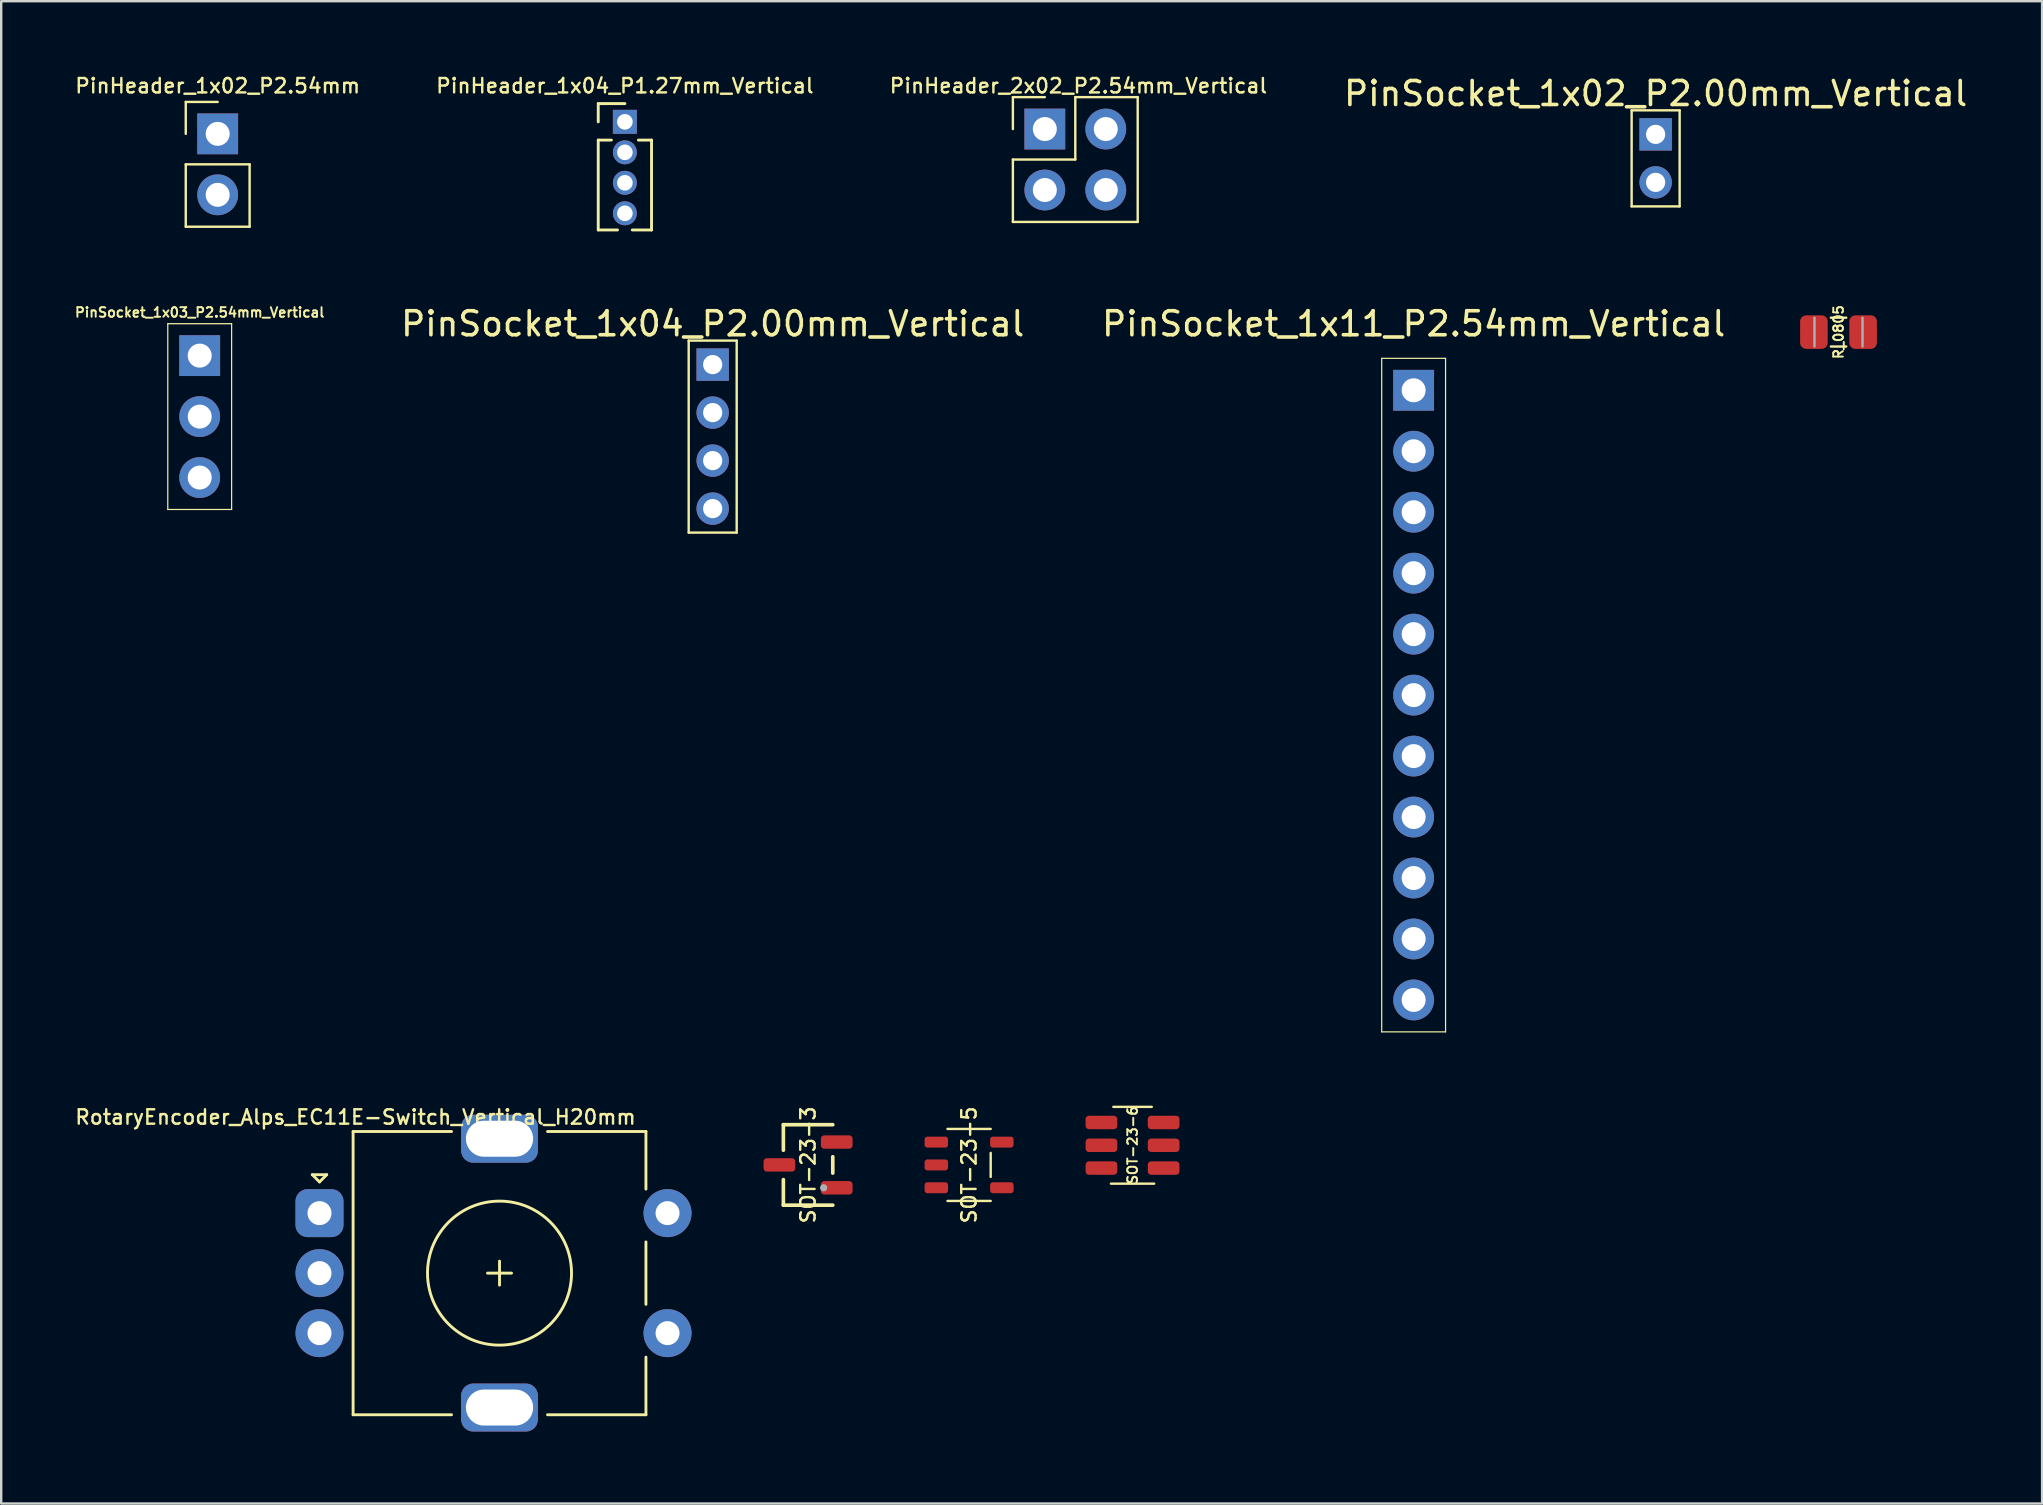
<source format=kicad_pcb>
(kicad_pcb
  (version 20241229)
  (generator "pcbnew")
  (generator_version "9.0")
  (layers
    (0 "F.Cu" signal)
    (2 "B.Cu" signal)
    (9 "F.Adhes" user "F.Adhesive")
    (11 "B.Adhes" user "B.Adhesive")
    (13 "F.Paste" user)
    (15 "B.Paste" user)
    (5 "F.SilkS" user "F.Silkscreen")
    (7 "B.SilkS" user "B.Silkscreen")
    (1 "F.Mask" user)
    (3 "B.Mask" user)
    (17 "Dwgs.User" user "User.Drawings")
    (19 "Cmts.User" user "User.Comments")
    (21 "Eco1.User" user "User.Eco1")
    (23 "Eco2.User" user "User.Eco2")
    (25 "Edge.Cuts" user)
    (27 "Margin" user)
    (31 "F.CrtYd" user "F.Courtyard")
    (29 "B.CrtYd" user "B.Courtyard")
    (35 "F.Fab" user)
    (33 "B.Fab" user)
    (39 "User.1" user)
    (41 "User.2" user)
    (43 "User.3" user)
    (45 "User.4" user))
  (footprint "PinSocket_1x11_P2.54mm_Vertical"
    (layer "F.Cu")
    (at 55.845 13.21)
    (property "Reference" "PinSocket_1x11_P2.54mm_Vertical" (at 0 -2.77 0) (layer "F.SilkS") (effects (font (size 1 1) (thickness 0.15))))
    (attr through_hole)
    (fp_line (start -1.33 -1.33) (end -1.33 26.73) (stroke (width 0.05) (type solid)) (layer "F.SilkS"))
    (fp_line (start -1.33 -1.33) (end 1.33 -1.33) (stroke (width 0.05) (type solid)) (layer "F.SilkS"))
    (fp_line (start -1.33 26.73) (end 1.33 26.73) (stroke (width 0.05) (type solid)) (layer "F.SilkS"))
    (fp_line (start 1.33 -1.33) (end 1.33 26.73) (stroke (width 0.05) (type solid)) (layer "F.SilkS"))
    (pad "1" thru_hole rect (at 0 0) (size 1.7 1.7) (drill 1) (layers "*.Cu" "*.Mask"))
    (pad "2" thru_hole oval (at 0 2.54) (size 1.7 1.7) (drill 1) (layers "*.Cu" "*.Mask"))
    (pad "3" thru_hole oval (at 0 5.08) (size 1.7 1.7) (drill 1) (layers "*.Cu" "*.Mask"))
    (pad "4" thru_hole oval (at 0 7.62) (size 1.7 1.7) (drill 1) (layers "*.Cu" "*.Mask"))
    (pad "5" thru_hole oval (at 0 10.16) (size 1.7 1.7) (drill 1) (layers "*.Cu" "*.Mask"))
    (pad "6" thru_hole oval (at 0 12.7) (size 1.7 1.7) (drill 1) (layers "*.Cu" "*.Mask"))
    (pad "7" thru_hole oval (at 0 15.24) (size 1.7 1.7) (drill 1) (layers "*.Cu" "*.Mask"))
    (pad "8" thru_hole oval (at 0 17.78) (size 1.7 1.7) (drill 1) (layers "*.Cu" "*.Mask"))
    (pad "9" thru_hole oval (at 0 20.32) (size 1.7 1.7) (drill 1) (layers "*.Cu" "*.Mask"))
    (pad "10" thru_hole oval (at 0 22.86) (size 1.7 1.7) (drill 1) (layers "*.Cu" "*.Mask"))
    (pad "11" thru_hole oval (at 0 25.4) (size 1.7 1.7) (drill 1) (layers "*.Cu" "*.Mask")))
  (footprint "PinHeader_1x02_P2.54mm"
    (layer "F.Cu")
    (at 6.019 2.526)
    (property "Reference" "PinHeader_1x02_P2.54mm" (at 0 -2 0) (layer "F.SilkS") (effects (font (size 0.6 0.6) (thickness 0.1))))
    (attr through_hole)
    (fp_line (start -1.33 -1.33) (end 0 -1.33) (stroke (width 0.1) (type solid)) (layer "F.SilkS"))
    (fp_line (start -1.33 0) (end -1.33 -1.33) (stroke (width 0.1) (type solid)) (layer "F.SilkS"))
    (fp_line (start -1.33 1.27) (end -1.33 3.87) (stroke (width 0.1) (type solid)) (layer "F.SilkS"))
    (fp_line (start -1.33 1.27) (end 1.33 1.27) (stroke (width 0.1) (type solid)) (layer "F.SilkS"))
    (fp_line (start -1.33 3.87) (end 1.33 3.87) (stroke (width 0.1) (type solid)) (layer "F.SilkS"))
    (fp_line (start 1.33 1.27) (end 1.33 3.87) (stroke (width 0.1) (type solid)) (layer "F.SilkS"))
    (pad "1" thru_hole rect (at 0 0) (size 1.7 1.7) (drill 1) (layers "*.Cu" "*.Mask"))
    (pad "2" thru_hole oval (at 0 2.54) (size 1.7 1.7) (drill 1) (layers "*.Cu" "*.Mask")))
  (footprint "SOT-23-3"
    (layer "F.Cu")
    (at 30.616 45.483)
    (property "Reference" "SOT-23-3" (at 0 0 270) (layer "F.SilkS") (effects (font (size 0.6 0.6) (thickness 0.1))))
    (attr smd)
    (fp_line (start -1.029 -1.676) (end -1.029 -0.612) (stroke (width 0.152) (type solid)) (layer "F.SilkS"))
    (fp_line (start -1.029 0.612) (end -1.029 1.676) (stroke (width 0.152) (type solid)) (layer "F.SilkS"))
    (fp_line (start -1.029 1.676) (end 1.029 1.676) (stroke (width 0.152) (type solid)) (layer "F.SilkS"))
    (fp_line (start 1.029 -1.676) (end -1.029 -1.676) (stroke (width 0.152) (type solid)) (layer "F.SilkS"))
    (fp_line (start 1.029 0.34) (end 1.029 -0.34) (stroke (width 0.152) (type solid)) (layer "F.SilkS"))
    (fp_circle (center 0.648 0.953) (end 0.648 0.953) (stroke (width 0.152) (type solid)) (fill no) (layer "F.Fab"))
    (pad "1" smd roundrect (at 1.194 0.953 90) (size 0.559 1.321) (layers "F.Cu" "F.Mask" "F.Paste") (roundrect_rratio 0.25))
    (pad "2" smd roundrect (at 1.194 -0.953 90) (size 0.559 1.321) (layers "F.Cu" "F.Mask" "F.Paste") (roundrect_rratio 0.25))
    (pad "3" smd roundrect (at -1.194 0 90) (size 0.559 1.321) (layers "F.Cu" "F.Mask" "F.Paste") (roundrect_rratio 0.25)))
  (footprint "PinSocket_1x03_P2.54mm_Vertical"
    (layer "F.Cu")
    (at 5.27 11.766)
    (property "Reference" "PinSocket_1x03_P2.54mm_Vertical" (at 0 -1.8 0) (layer "F.SilkS") (effects (font (size 0.4 0.4) (thickness 0.08))))
    (attr through_hole)
    (fp_line (start -1.33 -1.33) (end -1.33 6.41) (stroke (width 0.05) (type solid)) (layer "F.SilkS"))
    (fp_line (start -1.33 -1.33) (end 1.33 -1.33) (stroke (width 0.05) (type solid)) (layer "F.SilkS"))
    (fp_line (start -1.33 6.41) (end 1.33 6.41) (stroke (width 0.05) (type solid)) (layer "F.SilkS"))
    (fp_line (start 1.33 -1.33) (end 1.33 6.41) (stroke (width 0.05) (type solid)) (layer "F.SilkS"))
    (pad "1" thru_hole rect (at 0 0) (size 1.7 1.7) (drill 1) (layers "*.Cu" "*.Mask"))
    (pad "2" thru_hole oval (at 0 2.54) (size 1.7 1.7) (drill 1) (layers "*.Cu" "*.Mask"))
    (pad "3" thru_hole oval (at 0 5.08) (size 1.7 1.7) (drill 1) (layers "*.Cu" "*.Mask")))
  (footprint "RotaryEncoder_Alps_EC11E-Switch_Vertical_H20mm"
    (layer "F.Cu")
    (at 17.761 49.991)
    (property "Reference" "RotaryEncoder_Alps_EC11E-Switch_Vertical_H20mm" (at -6 -6.5 0) (layer "F.SilkS") (effects (font (size 0.6 0.6) (thickness 0.1))))
    (attr through_hole)
    (fp_line (start -7.8 -4.1) (end -7.2 -4.1) (stroke (width 0.12) (type solid)) (layer "F.SilkS"))
    (fp_line (start -7.5 -3.8) (end -7.8 -4.1) (stroke (width 0.12) (type solid)) (layer "F.SilkS"))
    (fp_line (start -7.2 -4.1) (end -7.5 -3.8) (stroke (width 0.12) (type solid)) (layer "F.SilkS"))
    (fp_line (start -6.1 -5.9) (end -6.1 5.9) (stroke (width 0.12) (type solid)) (layer "F.SilkS"))
    (fp_line (start -2 -5.9) (end -6.1 -5.9) (stroke (width 0.12) (type solid)) (layer "F.SilkS"))
    (fp_line (start -2 5.9) (end -6.1 5.9) (stroke (width 0.12) (type solid)) (layer "F.SilkS"))
    (fp_line (start -0.5 0) (end 0.5 0) (stroke (width 0.12) (type solid)) (layer "F.SilkS"))
    (fp_line (start 0 -0.5) (end 0 0.5) (stroke (width 0.12) (type solid)) (layer "F.SilkS"))
    (fp_line (start 2 -5.9) (end 6.1 -5.9) (stroke (width 0.12) (type solid)) (layer "F.SilkS"))
    (fp_line (start 6.1 -5.9) (end 6.1 -3.5) (stroke (width 0.12) (type solid)) (layer "F.SilkS"))
    (fp_line (start 6.1 -1.3) (end 6.1 1.3) (stroke (width 0.12) (type solid)) (layer "F.SilkS"))
    (fp_line (start 6.1 3.5) (end 6.1 5.9) (stroke (width 0.12) (type solid)) (layer "F.SilkS"))
    (fp_line (start 6.1 5.9) (end 2 5.9) (stroke (width 0.12) (type solid)) (layer "F.SilkS"))
    (fp_circle (center 0 0) (end 3 0) (stroke (width 0.12) (type solid)) (fill no) (layer "F.SilkS"))
    (pad "A" thru_hole roundrect (at -7.5 -2.5) (size 2 2) (drill 1) (layers "*.Cu" "*.Mask") (roundrect_rratio 0.25))
    (pad "B" thru_hole circle (at -7.5 2.5) (size 2 2) (drill 1) (layers "*.Cu" "*.Mask"))
    (pad "C" thru_hole circle (at -7.5 0) (size 2 2) (drill 1) (layers "*.Cu" "*.Mask"))
    (pad "MP" thru_hole roundrect (at 0 -5.6) (size 3.2 2) (drill oval 2.8 1.5) (layers "*.Cu" "*.Mask") (roundrect_rratio 0.25))
    (pad "MP" thru_hole roundrect (at 0 5.6) (size 3.2 2) (drill oval 2.8 1.5) (layers "*.Cu" "*.Mask") (roundrect_rratio 0.25))
    (pad "S1" thru_hole circle (at 7 2.5) (size 2 2) (drill 1) (layers "*.Cu" "*.Mask"))
    (pad "S2" thru_hole circle (at 7 -2.5) (size 2 2) (drill 1) (layers "*.Cu" "*.Mask")))
  (footprint "PinHeader_2x02_P2.54mm_Vertical"
    (layer "F.Cu")
    (at 41.879 3.526)
    (property "Reference" "PinHeader_2x02_P2.54mm_Vertical" (at 0 -3 0) (layer "F.SilkS") (effects (font (size 0.6 0.6) (thickness 0.1))))
    (attr through_hole)
    (fp_line (start -2.73 -2.53) (end -1.4 -2.53) (stroke (width 0.1) (type solid)) (layer "F.SilkS"))
    (fp_line (start -2.73 -1.2) (end -2.73 -2.53) (stroke (width 0.1) (type solid)) (layer "F.SilkS"))
    (fp_line (start -2.73 0.07) (end -2.73 2.67) (stroke (width 0.1) (type solid)) (layer "F.SilkS"))
    (fp_line (start -2.73 0.07) (end -0.13 0.07) (stroke (width 0.1) (type solid)) (layer "F.SilkS"))
    (fp_line (start -2.73 2.67) (end 2.47 2.67) (stroke (width 0.1) (type solid)) (layer "F.SilkS"))
    (fp_line (start -0.13 -2.53) (end 2.47 -2.53) (stroke (width 0.1) (type solid)) (layer "F.SilkS"))
    (fp_line (start -0.13 0.07) (end -0.13 -2.53) (stroke (width 0.1) (type solid)) (layer "F.SilkS"))
    (fp_line (start 2.47 -2.53) (end 2.47 2.67) (stroke (width 0.1) (type solid)) (layer "F.SilkS"))
    (pad "1" thru_hole rect (at -1.4 -1.2) (size 1.7 1.7) (drill 1) (layers "*.Cu" "*.Mask"))
    (pad "2" thru_hole oval (at 1.14 -1.2) (size 1.7 1.7) (drill 1) (layers "*.Cu" "*.Mask"))
    (pad "3" thru_hole oval (at -1.4 1.34) (size 1.7 1.7) (drill 1) (layers "*.Cu" "*.Mask"))
    (pad "4" thru_hole oval (at 1.14 1.34) (size 1.7 1.7) (drill 1) (layers "*.Cu" "*.Mask")))
  (footprint "PinHeader_1x04_P1.27mm_Vertical"
    (layer "F.Cu")
    (at 22.984 2.026)
    (property "Reference" "PinHeader_1x04_P1.27mm_Vertical" (at 0 -1.5 0) (layer "F.SilkS") (effects (font (size 0.6 0.6) (thickness 0.1))))
    (attr through_hole)
    (fp_line (start -1.11 -0.76) (end 0 -0.76) (stroke (width 0.12) (type solid)) (layer "F.SilkS"))
    (fp_line (start -1.11 0) (end -1.11 -0.76) (stroke (width 0.12) (type solid)) (layer "F.SilkS"))
    (fp_line (start -1.11 0.76) (end -1.11 4.505) (stroke (width 0.12) (type solid)) (layer "F.SilkS"))
    (fp_line (start -1.11 0.76) (end -0.563 0.76) (stroke (width 0.12) (type solid)) (layer "F.SilkS"))
    (fp_line (start -1.11 4.505) (end -0.308 4.505) (stroke (width 0.12) (type solid)) (layer "F.SilkS"))
    (fp_line (start 0.308 4.505) (end 1.11 4.505) (stroke (width 0.12) (type solid)) (layer "F.SilkS"))
    (fp_line (start 0.563 0.76) (end 1.11 0.76) (stroke (width 0.12) (type solid)) (layer "F.SilkS"))
    (fp_line (start 1.11 0.76) (end 1.11 4.505) (stroke (width 0.12) (type solid)) (layer "F.SilkS"))
    (pad "1" thru_hole rect (at 0 0) (size 1 1) (drill 0.65) (layers "*.Cu" "*.Mask"))
    (pad "2" thru_hole oval (at 0 1.27) (size 1 1) (drill 0.65) (layers "*.Cu" "*.Mask"))
    (pad "3" thru_hole oval (at 0 2.54) (size 1 1) (drill 0.65) (layers "*.Cu" "*.Mask"))
    (pad "4" thru_hole oval (at 0 3.81) (size 1 1) (drill 0.65) (layers "*.Cu" "*.Mask")))
  (footprint "SOT-23-6"
    (layer "F.Cu")
    (at 44.134 44.664)
    (property "Reference" "SOT-23-6" (at 0 0 90) (layer "F.SilkS") (effects (font (size 0.4 0.4) (thickness 0.08))))
    (attr through_hole)
    (fp_line (start -0.9 1.6) (end 0.9 1.6) (stroke (width 0.1) (type solid)) (layer "F.SilkS"))
    (fp_line (start 0.8 -1.6) (end -0.8 -1.6) (stroke (width 0.1) (type solid)) (layer "F.SilkS"))
    (pad "1" smd roundrect (at -1.295 -0.95) (size 1.321 0.559) (layers "F.Cu" "F.Mask" "F.Paste") (roundrect_rratio 0.25))
    (pad "2" smd roundrect (at -1.295 0) (size 1.321 0.559) (layers "F.Cu" "F.Mask" "F.Paste") (roundrect_rratio 0.25))
    (pad "3" smd roundrect (at -1.295 0.95) (size 1.321 0.559) (layers "F.Cu" "F.Mask" "F.Paste") (roundrect_rratio 0.25))
    (pad "4" smd roundrect (at 1.295 0.95) (size 1.321 0.559) (layers "F.Cu" "F.Mask" "F.Paste") (roundrect_rratio 0.25))
    (pad "5" smd roundrect (at 1.295 0) (size 1.321 0.559) (layers "F.Cu" "F.Mask" "F.Paste") (roundrect_rratio 0.25))
    (pad "6" smd roundrect (at 1.295 -0.95) (size 1.321 0.559) (layers "F.Cu" "F.Mask" "F.Paste") (roundrect_rratio 0.25)))
  (footprint "SOT-23-5"
    (layer "F.Cu")
    (at 37.324 45.483)
    (property "Reference" "SOT-23-5" (at 0 0 90) (layer "F.SilkS") (effects (font (size 0.6 0.6) (thickness 0.1))))
    (attr smd)
    (fp_line (start -0.9 1.5) (end 0.9 1.5) (stroke (width 0.1) (type solid)) (layer "F.SilkS"))
    (fp_line (start 0.9 -1.5) (end -0.9 -1.5) (stroke (width 0.1) (type solid)) (layer "F.SilkS"))
    (fp_line (start 0.9 0.5) (end 0.9 -0.5) (stroke (width 0.1) (type solid)) (layer "F.SilkS"))
    (pad "1" smd roundrect (at -1.365 -0.95) (size 0.978 0.457) (layers "F.Cu" "F.Mask" "F.Paste") (roundrect_rratio 0.25))
    (pad "2" smd roundrect (at -1.365 0) (size 0.978 0.457) (layers "F.Cu" "F.Mask" "F.Paste") (roundrect_rratio 0.25))
    (pad "3" smd roundrect (at -1.365 0.95) (size 0.978 0.457) (layers "F.Cu" "F.Mask" "F.Paste") (roundrect_rratio 0.25))
    (pad "4" smd roundrect (at 1.365 0.95) (size 0.978 0.457) (layers "F.Cu" "F.Mask" "F.Paste") (roundrect_rratio 0.25))
    (pad "5" smd roundrect (at 1.365 -0.95) (size 0.978 0.457) (layers "F.Cu" "F.Mask" "F.Paste") (roundrect_rratio 0.25)))
  (footprint "PinSocket_1x02_P2.00mm_Vertical"
    (layer "F.Cu")
    (at 65.927 2.548)
    (property "Reference" "PinSocket_1x02_P2.00mm_Vertical" (at 0 -1.7 0) (layer "F.SilkS") (effects (font (size 1 1) (thickness 0.15))))
    (attr through_hole)
    (fp_line (start -1 -1) (end -1 3) (stroke (width 0.1) (type solid)) (layer "F.SilkS"))
    (fp_line (start -1 -1) (end 1 -1) (stroke (width 0.1) (type solid)) (layer "F.SilkS"))
    (fp_line (start -1 3) (end 1 3) (stroke (width 0.1) (type solid)) (layer "F.SilkS"))
    (fp_line (start 1 -1) (end 1 3) (stroke (width 0.1) (type solid)) (layer "F.SilkS"))
    (pad "1" thru_hole rect (at 0 0) (size 1.35 1.35) (drill 0.8) (layers "*.Cu" "*.Mask"))
    (pad "2" thru_hole oval (at 0 2) (size 1.35 1.35) (drill 0.8) (layers "*.Cu" "*.Mask")))
  (footprint "PinSocket_1x04_P2.00mm_Vertical"
    (layer "F.Cu")
    (at 26.642 12.14)
    (property "Reference" "PinSocket_1x04_P2.00mm_Vertical" (at 0 -1.7 0) (layer "F.SilkS") (effects (font (size 1 1) (thickness 0.15))))
    (attr through_hole)
    (fp_line (start -1 -1) (end -1 7) (stroke (width 0.1) (type solid)) (layer "F.SilkS"))
    (fp_line (start -1 -1) (end 1 -1) (stroke (width 0.1) (type solid)) (layer "F.SilkS"))
    (fp_line (start -1 7) (end 1 7) (stroke (width 0.1) (type solid)) (layer "F.SilkS"))
    (fp_line (start 1 -1) (end 1 7) (stroke (width 0.1) (type solid)) (layer "F.SilkS"))
    (pad "1" thru_hole rect (at 0 0) (size 1.35 1.35) (drill 0.8) (layers "*.Cu" "*.Mask"))
    (pad "2" thru_hole oval (at 0 2) (size 1.35 1.35) (drill 0.8) (layers "*.Cu" "*.Mask"))
    (pad "3" thru_hole oval (at 0 4) (size 1.35 1.35) (drill 0.8) (layers "*.Cu" "*.Mask"))
    (pad "4" thru_hole oval (at 0 6) (size 1.35 1.35) (drill 0.8) (layers "*.Cu" "*.Mask")))
  (footprint "R_0805"
    (layer "F.Cu")
    (at 73.546 10.786)
    (property "Reference" "R_0805" (at 0 0 90) (layer "F.SilkS") (effects (font (size 0.4 0.4) (thickness 0.08))))
    (attr smd)
    (fp_line (start -0.32 -0.6) (end 0.32 -0.6) (stroke (width 0.1) (type solid)) (layer "F.SilkS"))
    (fp_line (start -0.32 0.6) (end 0.32 0.6) (stroke (width 0.1) (type solid)) (layer "F.SilkS"))
    (fp_line (start -1 0.6) (end -1 -0.6) (stroke (width 0.1) (type solid)) (layer "F.Fab"))
    (fp_line (start 1 -0.6) (end 1 0.6) (stroke (width 0.1) (type solid)) (layer "F.Fab"))
    (pad "1" smd roundrect (at -1.025 0) (size 1.15 1.4) (layers "F.Cu" "F.Mask" "F.Paste") (roundrect_rratio 0.217))
    (pad "2" smd roundrect (at 1.025 0) (size 1.15 1.4) (layers "F.Cu" "F.Mask" "F.Paste") (roundrect_rratio 0.217)))
  (gr_rect
    (start -3 -3)
    (end 82.028 59.591)
    (stroke (width 0.1) (type default))
    (fill no)
    (layer "Edge.Cuts")))
</source>
